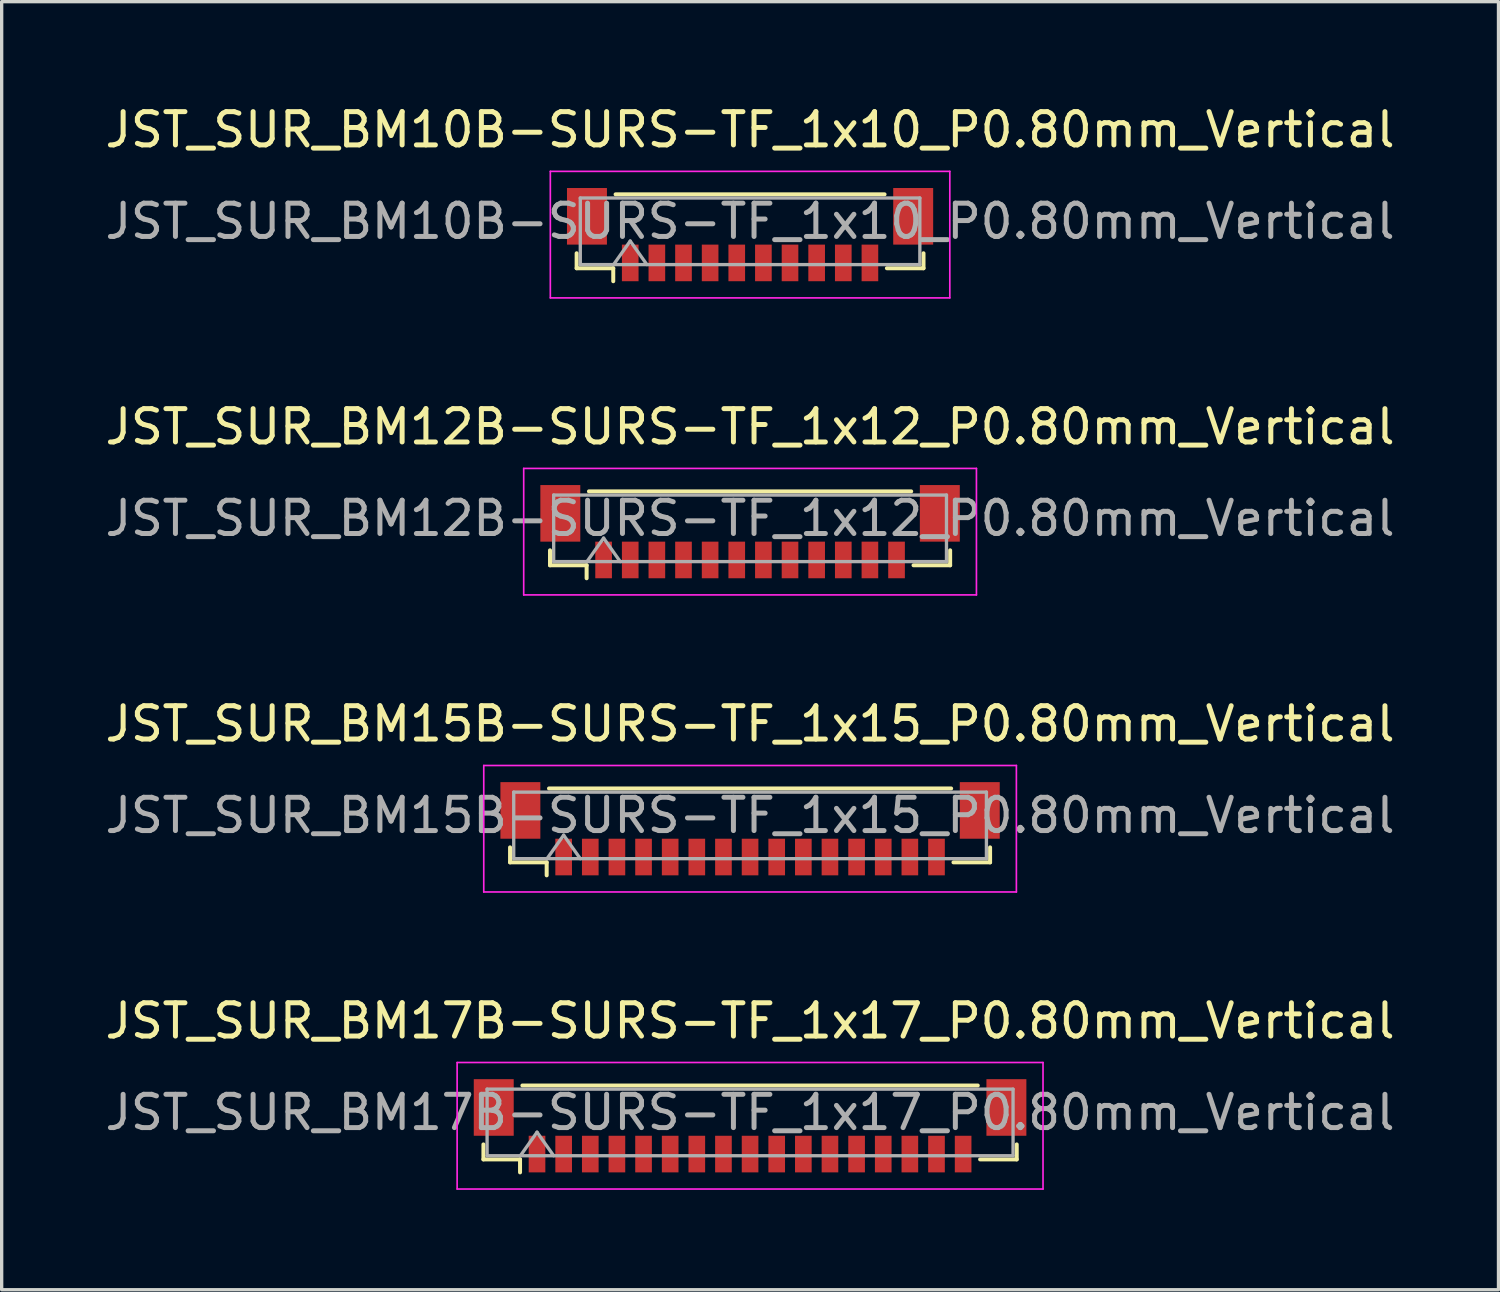
<source format=kicad_pcb>
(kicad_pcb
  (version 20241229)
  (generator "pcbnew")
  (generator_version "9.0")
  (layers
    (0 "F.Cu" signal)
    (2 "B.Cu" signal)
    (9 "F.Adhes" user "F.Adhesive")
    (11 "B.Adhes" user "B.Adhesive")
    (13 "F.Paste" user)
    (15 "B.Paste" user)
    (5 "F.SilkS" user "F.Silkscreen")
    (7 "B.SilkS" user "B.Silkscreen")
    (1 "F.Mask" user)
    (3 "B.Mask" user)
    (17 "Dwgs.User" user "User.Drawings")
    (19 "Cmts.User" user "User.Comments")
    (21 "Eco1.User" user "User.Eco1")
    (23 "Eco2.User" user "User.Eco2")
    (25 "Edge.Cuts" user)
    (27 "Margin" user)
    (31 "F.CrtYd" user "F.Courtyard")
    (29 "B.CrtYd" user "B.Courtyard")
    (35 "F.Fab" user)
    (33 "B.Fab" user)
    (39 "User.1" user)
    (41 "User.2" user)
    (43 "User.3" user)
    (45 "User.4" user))
  (footprint "JST_SUR_BM12B-SURS-TF_1x12_P0.80mm_Vertical"
    (layer "F.Cu")
    (at 19.482 12.921)
    (property "Reference" "JST_SUR_BM12B-SURS-TF_1x12_P0.80mm_Vertical" (at 0 -3.15 0) (layer "F.SilkS") (effects (font (size 1 1) (thickness 0.15))))
    (attr smd)
    (fp_line (start -6.01 0.56) (end -6.01 1.01) (stroke (width 0.12) (type solid)) (layer "F.SilkS"))
    (fp_line (start -6.01 1.01) (end -4.91 1.01) (stroke (width 0.12) (type solid)) (layer "F.SilkS"))
    (fp_line (start -4.91 1.01) (end -4.91 1.4) (stroke (width 0.12) (type solid)) (layer "F.SilkS"))
    (fp_line (start -4.84 -1.21) (end 4.84 -1.21) (stroke (width 0.12) (type solid)) (layer "F.SilkS"))
    (fp_line (start 6.01 0.56) (end 6.01 1.01) (stroke (width 0.12) (type solid)) (layer "F.SilkS"))
    (fp_line (start 6.01 1.01) (end 4.91 1.01) (stroke (width 0.12) (type solid)) (layer "F.SilkS"))
    (fp_line (start -6.8 -1.9) (end -6.8 1.9) (stroke (width 0.05) (type solid)) (layer "F.CrtYd"))
    (fp_line (start -6.8 1.9) (end 6.8 1.9) (stroke (width 0.05) (type solid)) (layer "F.CrtYd"))
    (fp_line (start 6.8 -1.9) (end -6.8 -1.9) (stroke (width 0.05) (type solid)) (layer "F.CrtYd"))
    (fp_line (start 6.8 1.9) (end 6.8 -1.9) (stroke (width 0.05) (type solid)) (layer "F.CrtYd"))
    (fp_line (start -5.9 -1.1) (end 5.9 -1.1) (stroke (width 0.1) (type solid)) (layer "F.Fab"))
    (fp_line (start -5.9 0.9) (end -5.9 -1.1) (stroke (width 0.1) (type solid)) (layer "F.Fab"))
    (fp_line (start -5.9 0.9) (end 5.9 0.9) (stroke (width 0.1) (type solid)) (layer "F.Fab"))
    (fp_line (start -4.9 0.9) (end -4.4 0.193) (stroke (width 0.1) (type solid)) (layer "F.Fab"))
    (fp_line (start -4.4 0.193) (end -3.9 0.9) (stroke (width 0.1) (type solid)) (layer "F.Fab"))
    (fp_line (start 5.9 0.9) (end 5.9 -1.1) (stroke (width 0.1) (type solid)) (layer "F.Fab"))
    (fp_text user "${REFERENCE}" (at 0 -0.4 0) (layer "F.Fab") (effects (font (size 1 1) (thickness 0.15))))
    (pad "" smd rect (at -5.7 -0.55) (size 1.2 1.7) (layers "F.Cu" "F.Mask" "F.Paste"))
    (pad "" smd rect (at 5.7 -0.55) (size 1.2 1.7) (layers "F.Cu" "F.Mask" "F.Paste"))
    (pad "1" smd rect (at -4.4 0.85) (size 0.5 1.1) (layers "F.Cu" "F.Mask" "F.Paste"))
    (pad "2" smd rect (at -3.6 0.85) (size 0.5 1.1) (layers "F.Cu" "F.Mask" "F.Paste"))
    (pad "3" smd rect (at -2.8 0.85) (size 0.5 1.1) (layers "F.Cu" "F.Mask" "F.Paste"))
    (pad "4" smd rect (at -2 0.85) (size 0.5 1.1) (layers "F.Cu" "F.Mask" "F.Paste"))
    (pad "5" smd rect (at -1.2 0.85) (size 0.5 1.1) (layers "F.Cu" "F.Mask" "F.Paste"))
    (pad "6" smd rect (at -0.4 0.85) (size 0.5 1.1) (layers "F.Cu" "F.Mask" "F.Paste"))
    (pad "7" smd rect (at 0.4 0.85) (size 0.5 1.1) (layers "F.Cu" "F.Mask" "F.Paste"))
    (pad "8" smd rect (at 1.2 0.85) (size 0.5 1.1) (layers "F.Cu" "F.Mask" "F.Paste"))
    (pad "9" smd rect (at 2 0.85) (size 0.5 1.1) (layers "F.Cu" "F.Mask" "F.Paste"))
    (pad "10" smd rect (at 2.8 0.85) (size 0.5 1.1) (layers "F.Cu" "F.Mask" "F.Paste"))
    (pad "11" smd rect (at 3.6 0.85) (size 0.5 1.1) (layers "F.Cu" "F.Mask" "F.Paste"))
    (pad "12" smd rect (at 4.4 0.85) (size 0.5 1.1) (layers "F.Cu" "F.Mask" "F.Paste")))
  (footprint "JST_SUR_BM10B-SURS-TF_1x10_P0.80mm_Vertical"
    (layer "F.Cu")
    (at 19.482 3.998)
    (property "Reference" "JST_SUR_BM10B-SURS-TF_1x10_P0.80mm_Vertical" (at 0 -3.15 0) (layer "F.SilkS") (effects (font (size 1 1) (thickness 0.15))))
    (attr smd)
    (fp_line (start -5.21 0.56) (end -5.21 1.01) (stroke (width 0.12) (type solid)) (layer "F.SilkS"))
    (fp_line (start -5.21 1.01) (end -4.11 1.01) (stroke (width 0.12) (type solid)) (layer "F.SilkS"))
    (fp_line (start -4.11 1.01) (end -4.11 1.4) (stroke (width 0.12) (type solid)) (layer "F.SilkS"))
    (fp_line (start -4.04 -1.21) (end 4.04 -1.21) (stroke (width 0.12) (type solid)) (layer "F.SilkS"))
    (fp_line (start 5.21 0.56) (end 5.21 1.01) (stroke (width 0.12) (type solid)) (layer "F.SilkS"))
    (fp_line (start 5.21 1.01) (end 4.11 1.01) (stroke (width 0.12) (type solid)) (layer "F.SilkS"))
    (fp_line (start -6 -1.9) (end -6 1.9) (stroke (width 0.05) (type solid)) (layer "F.CrtYd"))
    (fp_line (start -6 1.9) (end 6 1.9) (stroke (width 0.05) (type solid)) (layer "F.CrtYd"))
    (fp_line (start 6 -1.9) (end -6 -1.9) (stroke (width 0.05) (type solid)) (layer "F.CrtYd"))
    (fp_line (start 6 1.9) (end 6 -1.9) (stroke (width 0.05) (type solid)) (layer "F.CrtYd"))
    (fp_line (start -5.1 -1.1) (end 5.1 -1.1) (stroke (width 0.1) (type solid)) (layer "F.Fab"))
    (fp_line (start -5.1 0.9) (end -5.1 -1.1) (stroke (width 0.1) (type solid)) (layer "F.Fab"))
    (fp_line (start -5.1 0.9) (end 5.1 0.9) (stroke (width 0.1) (type solid)) (layer "F.Fab"))
    (fp_line (start -4.1 0.9) (end -3.6 0.193) (stroke (width 0.1) (type solid)) (layer "F.Fab"))
    (fp_line (start -3.6 0.193) (end -3.1 0.9) (stroke (width 0.1) (type solid)) (layer "F.Fab"))
    (fp_line (start 5.1 0.9) (end 5.1 -1.1) (stroke (width 0.1) (type solid)) (layer "F.Fab"))
    (fp_text user "${REFERENCE}" (at 0 -0.4 0) (layer "F.Fab") (effects (font (size 1 1) (thickness 0.15))))
    (pad "" smd rect (at -4.9 -0.55) (size 1.2 1.7) (layers "F.Cu" "F.Mask" "F.Paste"))
    (pad "" smd rect (at 4.9 -0.55) (size 1.2 1.7) (layers "F.Cu" "F.Mask" "F.Paste"))
    (pad "1" smd rect (at -3.6 0.85) (size 0.5 1.1) (layers "F.Cu" "F.Mask" "F.Paste"))
    (pad "2" smd rect (at -2.8 0.85) (size 0.5 1.1) (layers "F.Cu" "F.Mask" "F.Paste"))
    (pad "3" smd rect (at -2 0.85) (size 0.5 1.1) (layers "F.Cu" "F.Mask" "F.Paste"))
    (pad "4" smd rect (at -1.2 0.85) (size 0.5 1.1) (layers "F.Cu" "F.Mask" "F.Paste"))
    (pad "5" smd rect (at -0.4 0.85) (size 0.5 1.1) (layers "F.Cu" "F.Mask" "F.Paste"))
    (pad "6" smd rect (at 0.4 0.85) (size 0.5 1.1) (layers "F.Cu" "F.Mask" "F.Paste"))
    (pad "7" smd rect (at 1.2 0.85) (size 0.5 1.1) (layers "F.Cu" "F.Mask" "F.Paste"))
    (pad "8" smd rect (at 2 0.85) (size 0.5 1.1) (layers "F.Cu" "F.Mask" "F.Paste"))
    (pad "9" smd rect (at 2.8 0.85) (size 0.5 1.1) (layers "F.Cu" "F.Mask" "F.Paste"))
    (pad "10" smd rect (at 3.6 0.85) (size 0.5 1.1) (layers "F.Cu" "F.Mask" "F.Paste")))
  (footprint "JST_SUR_BM17B-SURS-TF_1x17_P0.80mm_Vertical"
    (layer "F.Cu")
    (at 19.482 30.768)
    (property "Reference" "JST_SUR_BM17B-SURS-TF_1x17_P0.80mm_Vertical" (at 0 -3.15 0) (layer "F.SilkS") (effects (font (size 1 1) (thickness 0.15))))
    (attr smd)
    (fp_line (start -8.01 0.56) (end -8.01 1.01) (stroke (width 0.12) (type solid)) (layer "F.SilkS"))
    (fp_line (start -8.01 1.01) (end -6.91 1.01) (stroke (width 0.12) (type solid)) (layer "F.SilkS"))
    (fp_line (start -6.91 1.01) (end -6.91 1.4) (stroke (width 0.12) (type solid)) (layer "F.SilkS"))
    (fp_line (start -6.84 -1.21) (end 6.84 -1.21) (stroke (width 0.12) (type solid)) (layer "F.SilkS"))
    (fp_line (start 8.01 0.56) (end 8.01 1.01) (stroke (width 0.12) (type solid)) (layer "F.SilkS"))
    (fp_line (start 8.01 1.01) (end 6.91 1.01) (stroke (width 0.12) (type solid)) (layer "F.SilkS"))
    (fp_line (start -8.8 -1.9) (end -8.8 1.9) (stroke (width 0.05) (type solid)) (layer "F.CrtYd"))
    (fp_line (start -8.8 1.9) (end 8.8 1.9) (stroke (width 0.05) (type solid)) (layer "F.CrtYd"))
    (fp_line (start 8.8 -1.9) (end -8.8 -1.9) (stroke (width 0.05) (type solid)) (layer "F.CrtYd"))
    (fp_line (start 8.8 1.9) (end 8.8 -1.9) (stroke (width 0.05) (type solid)) (layer "F.CrtYd"))
    (fp_line (start -7.9 -1.1) (end 7.9 -1.1) (stroke (width 0.1) (type solid)) (layer "F.Fab"))
    (fp_line (start -7.9 0.9) (end -7.9 -1.1) (stroke (width 0.1) (type solid)) (layer "F.Fab"))
    (fp_line (start -7.9 0.9) (end 7.9 0.9) (stroke (width 0.1) (type solid)) (layer "F.Fab"))
    (fp_line (start -6.9 0.9) (end -6.4 0.193) (stroke (width 0.1) (type solid)) (layer "F.Fab"))
    (fp_line (start -6.4 0.193) (end -5.9 0.9) (stroke (width 0.1) (type solid)) (layer "F.Fab"))
    (fp_line (start 7.9 0.9) (end 7.9 -1.1) (stroke (width 0.1) (type solid)) (layer "F.Fab"))
    (fp_text user "${REFERENCE}" (at 0 -0.4 0) (layer "F.Fab") (effects (font (size 1 1) (thickness 0.15))))
    (pad "" smd rect (at -7.7 -0.55) (size 1.2 1.7) (layers "F.Cu" "F.Mask" "F.Paste"))
    (pad "" smd rect (at 7.7 -0.55) (size 1.2 1.7) (layers "F.Cu" "F.Mask" "F.Paste"))
    (pad "1" smd rect (at -6.4 0.85) (size 0.5 1.1) (layers "F.Cu" "F.Mask" "F.Paste"))
    (pad "2" smd rect (at -5.6 0.85) (size 0.5 1.1) (layers "F.Cu" "F.Mask" "F.Paste"))
    (pad "3" smd rect (at -4.8 0.85) (size 0.5 1.1) (layers "F.Cu" "F.Mask" "F.Paste"))
    (pad "4" smd rect (at -4 0.85) (size 0.5 1.1) (layers "F.Cu" "F.Mask" "F.Paste"))
    (pad "5" smd rect (at -3.2 0.85) (size 0.5 1.1) (layers "F.Cu" "F.Mask" "F.Paste"))
    (pad "6" smd rect (at -2.4 0.85) (size 0.5 1.1) (layers "F.Cu" "F.Mask" "F.Paste"))
    (pad "7" smd rect (at -1.6 0.85) (size 0.5 1.1) (layers "F.Cu" "F.Mask" "F.Paste"))
    (pad "8" smd rect (at -0.8 0.85) (size 0.5 1.1) (layers "F.Cu" "F.Mask" "F.Paste"))
    (pad "9" smd rect (at 0 0.85) (size 0.5 1.1) (layers "F.Cu" "F.Mask" "F.Paste"))
    (pad "10" smd rect (at 0.8 0.85) (size 0.5 1.1) (layers "F.Cu" "F.Mask" "F.Paste"))
    (pad "11" smd rect (at 1.6 0.85) (size 0.5 1.1) (layers "F.Cu" "F.Mask" "F.Paste"))
    (pad "12" smd rect (at 2.4 0.85) (size 0.5 1.1) (layers "F.Cu" "F.Mask" "F.Paste"))
    (pad "13" smd rect (at 3.2 0.85) (size 0.5 1.1) (layers "F.Cu" "F.Mask" "F.Paste"))
    (pad "14" smd rect (at 4 0.85) (size 0.5 1.1) (layers "F.Cu" "F.Mask" "F.Paste"))
    (pad "15" smd rect (at 4.8 0.85) (size 0.5 1.1) (layers "F.Cu" "F.Mask" "F.Paste"))
    (pad "16" smd rect (at 5.6 0.85) (size 0.5 1.1) (layers "F.Cu" "F.Mask" "F.Paste"))
    (pad "17" smd rect (at 6.4 0.85) (size 0.5 1.1) (layers "F.Cu" "F.Mask" "F.Paste")))
  (footprint "JST_SUR_BM15B-SURS-TF_1x15_P0.80mm_Vertical"
    (layer "F.Cu")
    (at 19.482 21.845)
    (property "Reference" "JST_SUR_BM15B-SURS-TF_1x15_P0.80mm_Vertical" (at 0 -3.15 0) (layer "F.SilkS") (effects (font (size 1 1) (thickness 0.15))))
    (attr smd)
    (fp_line (start -7.21 0.56) (end -7.21 1.01) (stroke (width 0.12) (type solid)) (layer "F.SilkS"))
    (fp_line (start -7.21 1.01) (end -6.11 1.01) (stroke (width 0.12) (type solid)) (layer "F.SilkS"))
    (fp_line (start -6.11 1.01) (end -6.11 1.4) (stroke (width 0.12) (type solid)) (layer "F.SilkS"))
    (fp_line (start -6.04 -1.21) (end 6.04 -1.21) (stroke (width 0.12) (type solid)) (layer "F.SilkS"))
    (fp_line (start 7.21 0.56) (end 7.21 1.01) (stroke (width 0.12) (type solid)) (layer "F.SilkS"))
    (fp_line (start 7.21 1.01) (end 6.11 1.01) (stroke (width 0.12) (type solid)) (layer "F.SilkS"))
    (fp_line (start -8 -1.9) (end -8 1.9) (stroke (width 0.05) (type solid)) (layer "F.CrtYd"))
    (fp_line (start -8 1.9) (end 8 1.9) (stroke (width 0.05) (type solid)) (layer "F.CrtYd"))
    (fp_line (start 8 -1.9) (end -8 -1.9) (stroke (width 0.05) (type solid)) (layer "F.CrtYd"))
    (fp_line (start 8 1.9) (end 8 -1.9) (stroke (width 0.05) (type solid)) (layer "F.CrtYd"))
    (fp_line (start -7.1 -1.1) (end 7.1 -1.1) (stroke (width 0.1) (type solid)) (layer "F.Fab"))
    (fp_line (start -7.1 0.9) (end -7.1 -1.1) (stroke (width 0.1) (type solid)) (layer "F.Fab"))
    (fp_line (start -7.1 0.9) (end 7.1 0.9) (stroke (width 0.1) (type solid)) (layer "F.Fab"))
    (fp_line (start -6.1 0.9) (end -5.6 0.193) (stroke (width 0.1) (type solid)) (layer "F.Fab"))
    (fp_line (start -5.6 0.193) (end -5.1 0.9) (stroke (width 0.1) (type solid)) (layer "F.Fab"))
    (fp_line (start 7.1 0.9) (end 7.1 -1.1) (stroke (width 0.1) (type solid)) (layer "F.Fab"))
    (fp_text user "${REFERENCE}" (at 0 -0.4 0) (layer "F.Fab") (effects (font (size 1 1) (thickness 0.15))))
    (pad "" smd rect (at -6.9 -0.55) (size 1.2 1.7) (layers "F.Cu" "F.Mask" "F.Paste"))
    (pad "" smd rect (at 6.9 -0.55) (size 1.2 1.7) (layers "F.Cu" "F.Mask" "F.Paste"))
    (pad "1" smd rect (at -5.6 0.85) (size 0.5 1.1) (layers "F.Cu" "F.Mask" "F.Paste"))
    (pad "2" smd rect (at -4.8 0.85) (size 0.5 1.1) (layers "F.Cu" "F.Mask" "F.Paste"))
    (pad "3" smd rect (at -4 0.85) (size 0.5 1.1) (layers "F.Cu" "F.Mask" "F.Paste"))
    (pad "4" smd rect (at -3.2 0.85) (size 0.5 1.1) (layers "F.Cu" "F.Mask" "F.Paste"))
    (pad "5" smd rect (at -2.4 0.85) (size 0.5 1.1) (layers "F.Cu" "F.Mask" "F.Paste"))
    (pad "6" smd rect (at -1.6 0.85) (size 0.5 1.1) (layers "F.Cu" "F.Mask" "F.Paste"))
    (pad "7" smd rect (at -0.8 0.85) (size 0.5 1.1) (layers "F.Cu" "F.Mask" "F.Paste"))
    (pad "8" smd rect (at 0 0.85) (size 0.5 1.1) (layers "F.Cu" "F.Mask" "F.Paste"))
    (pad "9" smd rect (at 0.8 0.85) (size 0.5 1.1) (layers "F.Cu" "F.Mask" "F.Paste"))
    (pad "10" smd rect (at 1.6 0.85) (size 0.5 1.1) (layers "F.Cu" "F.Mask" "F.Paste"))
    (pad "11" smd rect (at 2.4 0.85) (size 0.5 1.1) (layers "F.Cu" "F.Mask" "F.Paste"))
    (pad "12" smd rect (at 3.2 0.85) (size 0.5 1.1) (layers "F.Cu" "F.Mask" "F.Paste"))
    (pad "13" smd rect (at 4 0.85) (size 0.5 1.1) (layers "F.Cu" "F.Mask" "F.Paste"))
    (pad "14" smd rect (at 4.8 0.85) (size 0.5 1.1) (layers "F.Cu" "F.Mask" "F.Paste"))
    (pad "15" smd rect (at 5.6 0.85) (size 0.5 1.1) (layers "F.Cu" "F.Mask" "F.Paste")))
  (gr_rect
    (start -3 -3)
    (end 41.964 35.693)
    (stroke (width 0.1) (type default))
    (fill no)
    (layer "Edge.Cuts")))
</source>
